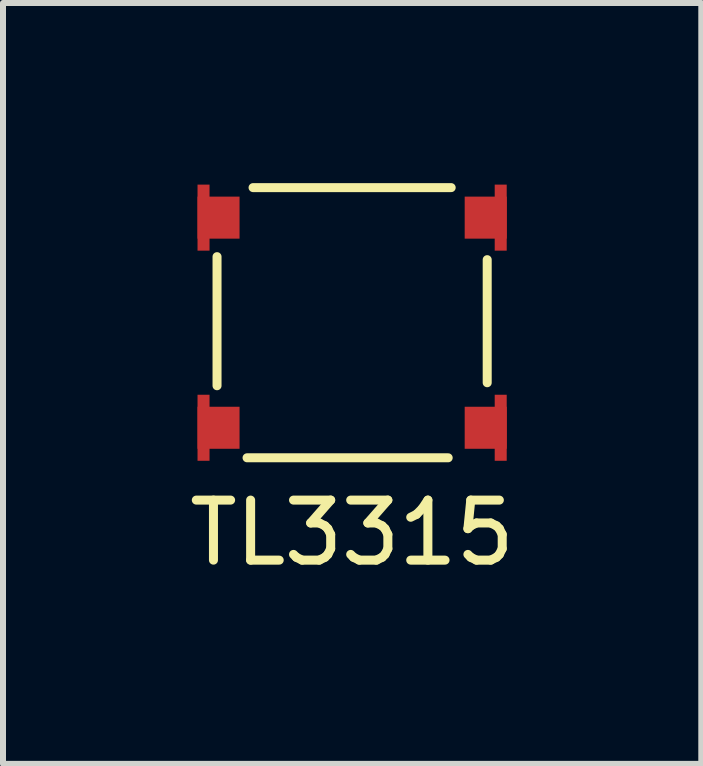
<source format=kicad_pcb>
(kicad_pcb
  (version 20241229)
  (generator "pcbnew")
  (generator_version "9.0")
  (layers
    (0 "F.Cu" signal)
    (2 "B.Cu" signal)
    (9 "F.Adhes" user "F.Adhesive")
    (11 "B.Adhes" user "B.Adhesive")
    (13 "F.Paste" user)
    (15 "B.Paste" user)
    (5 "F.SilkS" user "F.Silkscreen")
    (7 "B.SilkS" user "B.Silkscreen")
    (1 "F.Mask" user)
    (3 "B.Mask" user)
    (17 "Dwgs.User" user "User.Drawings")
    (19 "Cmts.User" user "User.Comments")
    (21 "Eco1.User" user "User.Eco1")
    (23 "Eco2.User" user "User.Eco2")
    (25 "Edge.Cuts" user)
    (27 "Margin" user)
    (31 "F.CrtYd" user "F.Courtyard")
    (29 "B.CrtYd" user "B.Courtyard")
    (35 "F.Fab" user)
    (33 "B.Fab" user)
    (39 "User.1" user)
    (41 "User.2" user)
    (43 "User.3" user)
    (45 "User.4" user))
  (footprint "TL3315"
    (layer "F.Cu")
    (at 2.815 2.325)
    (property "Reference" "TL3315" (at 0 3.5 0) (layer "F.SilkS") (effects (font (size 1 1) (thickness 0.15))))
    (attr through_hole)
    (fp_line (start -2.25 -1.1) (end -2.25 1.05) (stroke (width 0.15) (type solid)) (layer "F.SilkS"))
    (fp_line (start -1.75 2.25) (end 1.6 2.25) (stroke (width 0.15) (type solid)) (layer "F.SilkS"))
    (fp_line (start -1.65 -2.25) (end 1.65 -2.25) (stroke (width 0.15) (type solid)) (layer "F.SilkS"))
    (fp_line (start 2.25 -1.05) (end 2.25 1) (stroke (width 0.15) (type solid)) (layer "F.SilkS"))
    (pad "1" smd rect (at -2.475 -1.75) (size 0.2 1.1) (layers "F.Cu" "F.Mask" "F.Paste"))
    (pad "1" smd rect (at -2.225 -1.75) (size 0.7 0.7) (layers "F.Cu" "F.Mask" "F.Paste"))
    (pad "1" smd rect (at 2.225 -1.75) (size 0.7 0.7) (layers "F.Cu" "F.Mask" "F.Paste"))
    (pad "1" smd rect (at 2.475 -1.75) (size 0.2 1.1) (layers "F.Cu" "F.Mask" "F.Paste"))
    (pad "2" smd rect (at -2.475 1.75) (size 0.2 1.1) (layers "F.Cu" "F.Mask" "F.Paste"))
    (pad "2" smd rect (at -2.225 1.75) (size 0.7 0.7) (layers "F.Cu" "F.Mask" "F.Paste"))
    (pad "2" smd rect (at 2.225 1.75) (size 0.7 0.7) (layers "F.Cu" "F.Mask" "F.Paste"))
    (pad "2" smd rect (at 2.475 1.75) (size 0.2 1.1) (layers "F.Cu" "F.Mask" "F.Paste")))
  (gr_rect
    (start -3 -3)
    (end 8.631 9.673)
    (stroke (width 0.1) (type default))
    (fill no)
    (layer "Edge.Cuts")))
</source>
